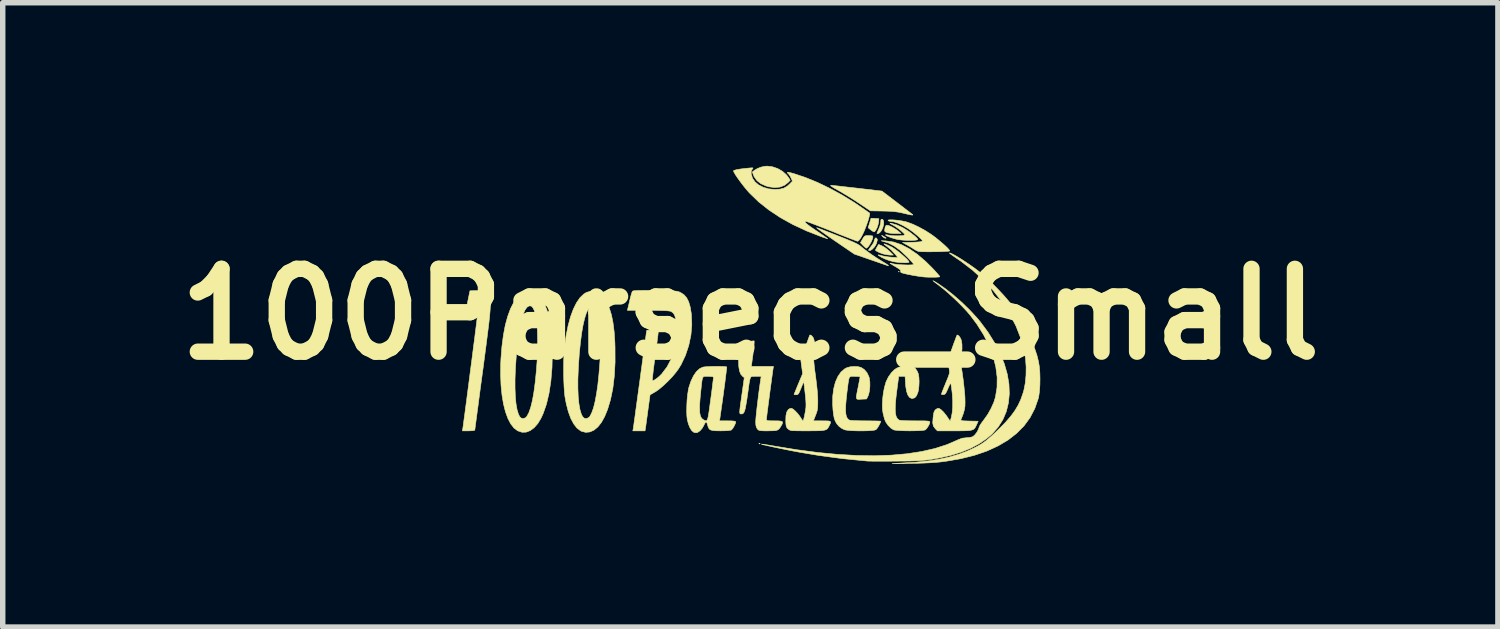
<source format=kicad_pcb>
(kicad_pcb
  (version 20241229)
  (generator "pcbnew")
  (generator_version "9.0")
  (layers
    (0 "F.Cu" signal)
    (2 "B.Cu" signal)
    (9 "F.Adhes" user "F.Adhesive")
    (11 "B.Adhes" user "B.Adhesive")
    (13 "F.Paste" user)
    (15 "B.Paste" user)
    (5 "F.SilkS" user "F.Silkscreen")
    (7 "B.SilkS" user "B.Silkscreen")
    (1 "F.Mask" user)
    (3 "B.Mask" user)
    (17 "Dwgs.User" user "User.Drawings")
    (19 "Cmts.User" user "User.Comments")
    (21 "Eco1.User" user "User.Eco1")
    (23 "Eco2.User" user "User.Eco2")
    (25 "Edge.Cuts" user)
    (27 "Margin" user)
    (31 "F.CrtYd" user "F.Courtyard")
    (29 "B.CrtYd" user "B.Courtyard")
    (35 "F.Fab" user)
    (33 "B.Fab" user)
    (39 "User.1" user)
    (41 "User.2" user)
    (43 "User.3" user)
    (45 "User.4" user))
  (footprint "100Parsecs_Small"
    (layer "F.Cu")
    (at 10.748 2.728)
    (property "Reference" "100Parsecs_Small" (at 0 0 0) (layer "F.SilkS") (effects (font (size 1.524 1.524) (thickness 0.3))))
    (attr through_hole)
    (fp_poly (pts (xy 2.738 -0.783) (xy 2.731 -0.776) (xy 2.723 -0.783) (xy 2.731 -0.79) (xy 2.738 -0.783)) (stroke (width 0.01) (type solid)) (fill yes) (layer "F.SilkS"))
    (fp_poly (pts (xy 0.179 2.375) (xy 0.177 2.384) (xy 0.169 2.385) (xy 0.158 2.38) (xy 0.16 2.375) (xy 0.177 2.374) (xy 0.179 2.375)) (stroke (width 0.01) (type solid)) (fill yes) (layer "F.SilkS"))
    (fp_poly (pts (xy 2.434 -1.442) (xy 2.467 -1.422) (xy 2.484 -1.412) (xy 2.497 -1.4) (xy 2.486 -1.397) (xy 2.482 -1.397) (xy 2.457 -1.407) (xy 2.433 -1.427) (xy 2.415 -1.448) (xy 2.416 -1.451) (xy 2.434 -1.442)) (stroke (width 0.01) (type solid)) (fill yes) (layer "F.SilkS"))
    (fp_poly (pts (xy 2.292 -1.761) (xy 2.364 -1.757) (xy 2.359 -1.693) (xy 2.35 -1.648) (xy 2.334 -1.598) (xy 2.312 -1.554) (xy 2.291 -1.523) (xy 2.279 -1.514) (xy 2.26 -1.52) (xy 2.23 -1.539) (xy 2.216 -1.55) (xy 2.167 -1.59) (xy 2.194 -1.678) (xy 2.22 -1.765) (xy 2.292 -1.761)) (stroke (width 0.01) (type solid)) (fill yes) (layer "F.SilkS"))
    (fp_poly (pts (xy 2.548 -1.629) (xy 2.597 -1.608) (xy 2.65 -1.578) (xy 2.701 -1.544) (xy 2.723 -1.526) (xy 2.773 -1.483) (xy 2.667 -1.483) (xy 2.608 -1.486) (xy 2.554 -1.492) (xy 2.516 -1.5) (xy 2.516 -1.5) (xy 2.485 -1.513) (xy 2.472 -1.526) (xy 2.471 -1.551) (xy 2.477 -1.588) (xy 2.489 -1.623) (xy 2.508 -1.637) (xy 2.514 -1.637) (xy 2.548 -1.629)) (stroke (width 0.01) (type solid)) (fill yes) (layer "F.SilkS"))
    (fp_poly (pts (xy 2.214 -1.444) (xy 2.244 -1.44) (xy 2.251 -1.437) (xy 2.254 -1.415) (xy 2.244 -1.379) (xy 2.225 -1.334) (xy 2.2 -1.288) (xy 2.173 -1.248) (xy 2.148 -1.221) (xy 2.133 -1.214) (xy 2.118 -1.223) (xy 2.091 -1.247) (xy 2.074 -1.264) (xy 2.025 -1.314) (xy 2.063 -1.38) (xy 2.086 -1.418) (xy 2.106 -1.438) (xy 2.132 -1.445) (xy 2.172 -1.446) (xy 2.214 -1.444)) (stroke (width 0.01) (type solid)) (fill yes) (layer "F.SilkS"))
    (fp_poly (pts (xy 2.408 -1.263) (xy 2.467 -1.231) (xy 2.531 -1.183) (xy 2.591 -1.128) (xy 2.595 -1.123) (xy 2.63 -1.087) (xy 2.574 -1.087) (xy 2.527 -1.092) (xy 2.471 -1.102) (xy 2.445 -1.108) (xy 2.398 -1.124) (xy 2.353 -1.143) (xy 2.318 -1.162) (xy 2.301 -1.177) (xy 2.3 -1.179) (xy 2.307 -1.193) (xy 2.323 -1.222) (xy 2.33 -1.234) (xy 2.359 -1.283) (xy 2.408 -1.263)) (stroke (width 0.01) (type solid)) (fill yes) (layer "F.SilkS"))
    (fp_poly (pts (xy 2.444 -1.731) (xy 2.453 -1.695) (xy 2.451 -1.648) (xy 2.438 -1.596) (xy 2.416 -1.546) (xy 2.398 -1.519) (xy 2.374 -1.496) (xy 2.349 -1.482) (xy 2.332 -1.481) (xy 2.328 -1.487) (xy 2.334 -1.502) (xy 2.348 -1.535) (xy 2.363 -1.568) (xy 2.383 -1.62) (xy 2.396 -1.672) (xy 2.399 -1.698) (xy 2.401 -1.733) (xy 2.411 -1.747) (xy 2.424 -1.747) (xy 2.444 -1.731)) (stroke (width 0.01) (type solid)) (fill yes) (layer "F.SilkS"))
    (fp_poly (pts (xy 0.407 -2.711) (xy 0.504 -2.678) (xy 0.592 -2.627) (xy 0.665 -2.562) (xy 0.692 -2.527) (xy 0.734 -2.464) (xy 0.695 -2.423) (xy 0.627 -2.37) (xy 0.543 -2.338) (xy 0.447 -2.329) (xy 0.342 -2.343) (xy 0.286 -2.359) (xy 0.193 -2.401) (xy 0.121 -2.458) (xy 0.071 -2.528) (xy 0.062 -2.549) (xy 0.037 -2.615) (xy 0.078 -2.648) (xy 0.131 -2.679) (xy 0.198 -2.705) (xy 0.269 -2.72) (xy 0.31 -2.723) (xy 0.407 -2.711)) (stroke (width 0.01) (type solid)) (fill yes) (layer "F.SilkS"))
    (fp_poly (pts (xy 2.321 -1.398) (xy 2.335 -1.376) (xy 2.336 -1.364) (xy 2.329 -1.339) (xy 2.322 -1.309) (xy 2.306 -1.272) (xy 2.279 -1.232) (xy 2.245 -1.197) (xy 2.214 -1.175) (xy 2.2 -1.171) (xy 2.178 -1.174) (xy 2.173 -1.178) (xy 2.181 -1.192) (xy 2.201 -1.221) (xy 2.223 -1.25) (xy 2.249 -1.287) (xy 2.267 -1.315) (xy 2.272 -1.327) (xy 2.277 -1.348) (xy 2.286 -1.376) (xy 2.299 -1.401) (xy 2.313 -1.403) (xy 2.321 -1.398)) (stroke (width 0.01) (type solid)) (fill yes) (layer "F.SilkS"))
    (fp_poly (pts (xy 1.504 -2.369) (xy 1.551 -2.364) (xy 1.618 -2.357) (xy 1.702 -2.347) (xy 1.8 -2.336) (xy 1.908 -2.324) (xy 1.969 -2.317) (xy 2.421 -2.264) (xy 2.696 -2.054) (xy 2.772 -1.996) (xy 2.842 -1.942) (xy 2.901 -1.897) (xy 2.947 -1.862) (xy 2.975 -1.839) (xy 2.984 -1.833) (xy 2.989 -1.825) (xy 2.983 -1.823) (xy 2.961 -1.825) (xy 2.92 -1.833) (xy 2.857 -1.847) (xy 2.808 -1.859) (xy 2.739 -1.874) (xy 2.673 -1.884) (xy 2.604 -1.891) (xy 2.521 -1.895) (xy 2.434 -1.897) (xy 2.208 -1.901) (xy 1.997 -2.043) (xy 1.913 -2.098) (xy 1.821 -2.156) (xy 1.73 -2.211) (xy 1.65 -2.259) (xy 1.616 -2.278) (xy 1.544 -2.318) (xy 1.498 -2.347) (xy 1.477 -2.364) (xy 1.481 -2.37) (xy 1.482 -2.37) (xy 1.504 -2.369)) (stroke (width 0.01) (type solid)) (fill yes) (layer "F.SilkS"))
    (fp_poly (pts (xy 2.475 -1.29) (xy 2.512 -1.276) (xy 2.568 -1.251) (xy 2.596 -1.237) (xy 2.634 -1.214) (xy 2.683 -1.18) (xy 2.737 -1.138) (xy 2.792 -1.092) (xy 2.842 -1.048) (xy 2.884 -1.007) (xy 2.911 -0.976) (xy 2.921 -0.958) (xy 2.908 -0.951) (xy 2.874 -0.947) (xy 2.824 -0.947) (xy 2.766 -0.949) (xy 2.705 -0.955) (xy 2.649 -0.963) (xy 2.628 -0.967) (xy 2.554 -0.987) (xy 2.479 -1.015) (xy 2.411 -1.047) (xy 2.364 -1.077) (xy 2.35 -1.089) (xy 2.353 -1.092) (xy 2.377 -1.087) (xy 2.406 -1.078) (xy 2.455 -1.067) (xy 2.519 -1.056) (xy 2.586 -1.049) (xy 2.596 -1.048) (xy 2.715 -1.04) (xy 2.671 -1.095) (xy 2.59 -1.184) (xy 2.499 -1.257) (xy 2.491 -1.263) (xy 2.463 -1.284) (xy 2.458 -1.293) (xy 2.475 -1.29)) (stroke (width 0.01) (type solid)) (fill yes) (layer "F.SilkS"))
    (fp_poly (pts (xy 1.241 -1.584) (xy 1.283 -1.569) (xy 1.345 -1.545) (xy 1.422 -1.515) (xy 1.51 -1.481) (xy 1.606 -1.443) (xy 1.616 -1.439) (xy 1.728 -1.395) (xy 1.817 -1.358) (xy 1.887 -1.329) (xy 1.94 -1.304) (xy 1.98 -1.283) (xy 2.011 -1.264) (xy 2.035 -1.245) (xy 2.046 -1.235) (xy 2.094 -1.196) (xy 2.161 -1.146) (xy 2.241 -1.089) (xy 2.33 -1.03) (xy 2.423 -0.972) (xy 2.452 -0.954) (xy 2.495 -0.928) (xy 2.526 -0.907) (xy 2.54 -0.896) (xy 2.54 -0.895) (xy 2.536 -0.89) (xy 2.523 -0.895) (xy 2.486 -0.907) (xy 2.43 -0.927) (xy 2.359 -0.951) (xy 2.276 -0.98) (xy 2.223 -0.998) (xy 1.912 -1.106) (xy 1.552 -1.352) (xy 1.465 -1.412) (xy 1.387 -1.467) (xy 1.321 -1.514) (xy 1.269 -1.551) (xy 1.235 -1.577) (xy 1.22 -1.59) (xy 1.221 -1.591) (xy 1.241 -1.584)) (stroke (width 0.01) (type solid)) (fill yes) (layer "F.SilkS"))
    (fp_poly (pts (xy 2.596 -1.67) (xy 2.596 -1.67) (xy 2.696 -1.641) (xy 2.804 -1.591) (xy 2.916 -1.521) (xy 3.018 -1.442) (xy 3.056 -1.407) (xy 3.075 -1.386) (xy 3.078 -1.374) (xy 3.067 -1.367) (xy 3.034 -1.361) (xy 2.98 -1.357) (xy 2.914 -1.357) (xy 2.843 -1.36) (xy 2.774 -1.365) (xy 2.716 -1.373) (xy 2.7 -1.376) (xy 2.65 -1.389) (xy 2.597 -1.405) (xy 2.549 -1.423) (xy 2.51 -1.44) (xy 2.488 -1.454) (xy 2.485 -1.46) (xy 2.502 -1.461) (xy 2.535 -1.456) (xy 2.547 -1.453) (xy 2.593 -1.446) (xy 2.653 -1.442) (xy 2.715 -1.441) (xy 2.773 -1.443) (xy 2.816 -1.448) (xy 2.827 -1.452) (xy 2.839 -1.459) (xy 2.836 -1.472) (xy 2.817 -1.494) (xy 2.779 -1.529) (xy 2.779 -1.53) (xy 2.726 -1.572) (xy 2.667 -1.613) (xy 2.625 -1.638) (xy 2.585 -1.659) (xy 2.568 -1.67) (xy 2.572 -1.673) (xy 2.596 -1.67)) (stroke (width 0.01) (type solid)) (fill yes) (layer "F.SilkS"))
    (fp_poly (pts (xy 2.612 -1.735) (xy 2.669 -1.731) (xy 2.732 -1.724) (xy 2.795 -1.714) (xy 2.852 -1.702) (xy 2.886 -1.693) (xy 2.99 -1.654) (xy 3.104 -1.6) (xy 3.221 -1.535) (xy 3.33 -1.465) (xy 3.373 -1.434) (xy 3.443 -1.379) (xy 3.508 -1.325) (xy 3.567 -1.274) (xy 3.615 -1.229) (xy 3.649 -1.193) (xy 3.665 -1.17) (xy 3.666 -1.164) (xy 3.648 -1.159) (xy 3.608 -1.156) (xy 3.55 -1.153) (xy 3.479 -1.15) (xy 3.402 -1.149) (xy 3.322 -1.148) (xy 3.247 -1.148) (xy 3.18 -1.149) (xy 3.127 -1.151) (xy 3.093 -1.155) (xy 3.087 -1.156) (xy 3.048 -1.174) (xy 3.01 -1.196) (xy 2.977 -1.218) (xy 2.93 -1.246) (xy 2.885 -1.272) (xy 2.799 -1.319) (xy 2.955 -1.322) (xy 3.022 -1.324) (xy 3.081 -1.328) (xy 3.126 -1.332) (xy 3.145 -1.337) (xy 3.16 -1.344) (xy 3.164 -1.353) (xy 3.154 -1.368) (xy 3.129 -1.394) (xy 3.088 -1.432) (xy 2.996 -1.509) (xy 2.9 -1.577) (xy 2.804 -1.633) (xy 2.714 -1.676) (xy 2.634 -1.701) (xy 2.58 -1.707) (xy 2.548 -1.713) (xy 2.532 -1.724) (xy 2.538 -1.732) (xy 2.567 -1.735) (xy 2.612 -1.735)) (stroke (width 0.01) (type solid)) (fill yes) (layer "F.SilkS"))
    (fp_poly (pts (xy 2.466 -1.349) (xy 2.491 -1.348) (xy 2.631 -1.328) (xy 2.775 -1.28) (xy 2.921 -1.204) (xy 3.071 -1.101) (xy 3.224 -0.97) (xy 3.335 -0.861) (xy 3.387 -0.806) (xy 3.431 -0.757) (xy 3.464 -0.719) (xy 3.483 -0.696) (xy 3.485 -0.69) (xy 3.472 -0.685) (xy 3.437 -0.682) (xy 3.387 -0.68) (xy 3.327 -0.68) (xy 3.264 -0.681) (xy 3.204 -0.684) (xy 3.175 -0.687) (xy 3.091 -0.698) (xy 2.993 -0.714) (xy 2.896 -0.733) (xy 2.847 -0.744) (xy 2.797 -0.757) (xy 2.771 -0.768) (xy 2.762 -0.779) (xy 2.765 -0.789) (xy 2.767 -0.803) (xy 2.753 -0.819) (xy 2.722 -0.842) (xy 2.673 -0.872) (xy 2.626 -0.9) (xy 2.59 -0.922) (xy 2.57 -0.936) (xy 2.568 -0.938) (xy 2.58 -0.938) (xy 2.609 -0.931) (xy 2.614 -0.929) (xy 2.651 -0.922) (xy 2.703 -0.915) (xy 2.765 -0.91) (xy 2.83 -0.907) (xy 2.893 -0.905) (xy 2.947 -0.906) (xy 2.986 -0.909) (xy 3.005 -0.914) (xy 3.006 -0.916) (xy 2.996 -0.931) (xy 2.97 -0.962) (xy 2.931 -1.005) (xy 2.882 -1.056) (xy 2.861 -1.077) (xy 2.75 -1.179) (xy 2.645 -1.255) (xy 2.544 -1.308) (xy 2.442 -1.34) (xy 2.441 -1.34) (xy 2.414 -1.347) (xy 2.407 -1.35) (xy 2.424 -1.351) (xy 2.466 -1.349)) (stroke (width 0.01) (type solid)) (fill yes) (layer "F.SilkS"))
    (fp_poly (pts (xy -4.89 -0.429) (xy -4.85 -0.416) (xy -4.822 -0.392) (xy -4.802 -0.358) (xy -4.802 -0.356) (xy -4.793 -0.333) (xy -4.786 -0.305) (xy -4.782 -0.272) (xy -4.779 -0.232) (xy -4.779 -0.182) (xy -4.782 -0.121) (xy -4.787 -0.047) (xy -4.795 0.042) (xy -4.806 0.147) (xy -4.821 0.27) (xy -4.839 0.414) (xy -4.86 0.579) (xy -4.885 0.768) (xy -4.913 0.983) (xy -4.923 1.054) (xy -4.946 1.224) (xy -4.968 1.386) (xy -4.988 1.538) (xy -5.006 1.677) (xy -5.023 1.802) (xy -5.037 1.91) (xy -5.049 1.998) (xy -5.058 2.066) (xy -5.064 2.111) (xy -5.066 2.13) (xy -5.066 2.13) (xy -5.079 2.138) (xy -5.118 2.143) (xy -5.177 2.145) (xy -5.18 2.145) (xy -5.294 2.145) (xy -5.286 2.092) (xy -5.281 2.062) (xy -5.274 2.007) (xy -5.264 1.932) (xy -5.251 1.838) (xy -5.237 1.727) (xy -5.22 1.604) (xy -5.203 1.469) (xy -5.184 1.327) (xy -5.165 1.179) (xy -5.146 1.029) (xy -5.126 0.879) (xy -5.107 0.731) (xy -5.089 0.588) (xy -5.071 0.454) (xy -5.056 0.33) (xy -5.042 0.22) (xy -5.03 0.125) (xy -5.02 0.049) (xy -5.013 -0.006) (xy -5.01 -0.036) (xy -5.009 -0.042) (xy -5.012 -0.057) (xy -5.023 -0.065) (xy -5.049 -0.069) (xy -5.095 -0.071) (xy -5.115 -0.071) (xy -5.16 -0.07) (xy -5.191 -0.072) (xy -5.209 -0.08) (xy -5.217 -0.099) (xy -5.216 -0.132) (xy -5.207 -0.184) (xy -5.191 -0.259) (xy -5.188 -0.275) (xy -5.156 -0.43) (xy -5.029 -0.434) (xy -4.948 -0.435) (xy -4.89 -0.429)) (stroke (width 0.01) (type solid)) (fill yes) (layer "F.SilkS"))
    (fp_poly (pts (xy 2.94 0.96) (xy 2.978 0.963) (xy 3.003 0.97) (xy 3.021 0.983) (xy 3.039 1.002) (xy 3.068 1.046) (xy 3.089 1.094) (xy 3.09 1.098) (xy 3.1 1.158) (xy 3.104 1.235) (xy 3.101 1.316) (xy 3.093 1.391) (xy 3.083 1.434) (xy 3.057 1.499) (xy 3.024 1.537) (xy 2.983 1.55) (xy 2.968 1.55) (xy 2.929 1.531) (xy 2.897 1.487) (xy 2.873 1.417) (xy 2.858 1.324) (xy 2.854 1.278) (xy 2.846 1.143) (xy 2.729 1.143) (xy 2.695 1.401) (xy 2.678 1.54) (xy 2.668 1.655) (xy 2.665 1.747) (xy 2.669 1.819) (xy 2.68 1.874) (xy 2.699 1.913) (xy 2.725 1.94) (xy 2.737 1.947) (xy 2.76 1.952) (xy 2.808 1.956) (xy 2.876 1.959) (xy 2.96 1.961) (xy 3.033 1.961) (xy 3.127 1.962) (xy 3.196 1.962) (xy 3.244 1.964) (xy 3.275 1.967) (xy 3.293 1.972) (xy 3.3 1.978) (xy 3.302 1.986) (xy 3.294 2.017) (xy 3.273 2.058) (xy 3.246 2.098) (xy 3.22 2.126) (xy 3.219 2.127) (xy 3.196 2.133) (xy 3.15 2.139) (xy 3.087 2.142) (xy 3.013 2.144) (xy 2.932 2.145) (xy 2.851 2.144) (xy 2.774 2.141) (xy 2.709 2.137) (xy 2.659 2.132) (xy 2.632 2.125) (xy 2.583 2.093) (xy 2.534 2.044) (xy 2.494 1.987) (xy 2.47 1.934) (xy 2.456 1.881) (xy 2.443 1.827) (xy 2.441 1.822) (xy 2.43 1.748) (xy 2.428 1.656) (xy 2.434 1.553) (xy 2.447 1.446) (xy 2.467 1.344) (xy 2.493 1.254) (xy 2.498 1.239) (xy 2.54 1.153) (xy 2.594 1.077) (xy 2.653 1.018) (xy 2.695 0.991) (xy 2.734 0.974) (xy 2.777 0.965) (xy 2.831 0.96) (xy 2.88 0.96) (xy 2.94 0.96)) (stroke (width 0.01) (type solid)) (fill yes) (layer "F.SilkS"))
    (fp_poly (pts (xy -4.023 -0.418) (xy -3.949 -0.393) (xy -3.885 -0.347) (xy -3.862 -0.321) (xy -3.794 -0.21) (xy -3.739 -0.075) (xy -3.696 0.084) (xy -3.665 0.269) (xy -3.647 0.478) (xy -3.641 0.712) (xy -3.647 0.984) (xy -3.668 1.232) (xy -3.702 1.455) (xy -3.749 1.654) (xy -3.81 1.828) (xy -3.847 1.909) (xy -3.907 2.009) (xy -3.975 2.087) (xy -4.047 2.14) (xy -4.122 2.169) (xy -4.198 2.171) (xy -4.274 2.146) (xy -4.277 2.145) (xy -4.345 2.094) (xy -4.406 2.017) (xy -4.458 1.917) (xy -4.503 1.794) (xy -4.539 1.651) (xy -4.566 1.49) (xy -4.579 1.363) (xy -4.327 1.363) (xy -4.321 1.514) (xy -4.309 1.645) (xy -4.29 1.753) (xy -4.265 1.836) (xy -4.241 1.885) (xy -4.208 1.914) (xy -4.168 1.919) (xy -4.129 1.901) (xy -4.11 1.88) (xy -4.072 1.81) (xy -4.038 1.712) (xy -4.007 1.587) (xy -3.98 1.435) (xy -3.956 1.255) (xy -3.935 1.047) (xy -3.922 0.875) (xy -3.916 0.764) (xy -3.913 0.645) (xy -3.912 0.522) (xy -3.913 0.401) (xy -3.916 0.287) (xy -3.922 0.186) (xy -3.929 0.103) (xy -3.937 0.05) (xy -3.954 -0.018) (xy -3.977 -0.078) (xy -4.002 -0.124) (xy -4.027 -0.149) (xy -4.03 -0.151) (xy -4.07 -0.152) (xy -4.108 -0.127) (xy -4.144 -0.075) (xy -4.177 0.003) (xy -4.208 0.105) (xy -4.236 0.232) (xy -4.261 0.381) (xy -4.283 0.552) (xy -4.302 0.744) (xy -4.317 0.957) (xy -4.32 1.006) (xy -4.327 1.193) (xy -4.327 1.363) (xy -4.579 1.363) (xy -4.584 1.312) (xy -4.592 1.118) (xy -4.59 0.912) (xy -4.586 0.822) (xy -4.568 0.595) (xy -4.541 0.388) (xy -4.506 0.202) (xy -4.461 0.038) (xy -4.409 -0.103) (xy -4.349 -0.22) (xy -4.281 -0.312) (xy -4.205 -0.378) (xy -4.174 -0.396) (xy -4.1 -0.42) (xy -4.023 -0.418)) (stroke (width 0.01) (type solid)) (fill yes) (layer "F.SilkS"))
    (fp_poly (pts (xy 1.978 0.964) (xy 2.036 0.979) (xy 2.095 1.017) (xy 2.146 1.076) (xy 2.18 1.148) (xy 2.187 1.171) (xy 2.198 1.243) (xy 2.199 1.324) (xy 2.192 1.405) (xy 2.176 1.474) (xy 2.165 1.504) (xy 2.138 1.559) (xy 2.043 1.563) (xy 2.004 1.565) (xy 1.976 1.565) (xy 1.959 1.558) (xy 1.951 1.541) (xy 1.951 1.51) (xy 1.959 1.461) (xy 1.973 1.39) (xy 1.983 1.341) (xy 1.996 1.273) (xy 2.007 1.216) (xy 2.015 1.174) (xy 2.018 1.154) (xy 2.018 1.154) (xy 2.005 1.148) (xy 1.971 1.145) (xy 1.923 1.143) (xy 1.919 1.143) (xy 1.884 1.142) (xy 1.858 1.143) (xy 1.839 1.147) (xy 1.825 1.16) (xy 1.814 1.184) (xy 1.806 1.223) (xy 1.797 1.28) (xy 1.788 1.359) (xy 1.778 1.432) (xy 1.763 1.569) (xy 1.754 1.68) (xy 1.752 1.769) (xy 1.757 1.838) (xy 1.77 1.889) (xy 1.791 1.924) (xy 1.818 1.946) (xy 1.843 1.952) (xy 1.894 1.956) (xy 1.967 1.959) (xy 2.061 1.961) (xy 2.123 1.961) (xy 2.208 1.962) (xy 2.282 1.963) (xy 2.341 1.964) (xy 2.382 1.966) (xy 2.399 1.968) (xy 2.399 1.969) (xy 2.391 1.994) (xy 2.373 2.032) (xy 2.349 2.074) (xy 2.325 2.108) (xy 2.309 2.124) (xy 2.283 2.132) (xy 2.235 2.139) (xy 2.169 2.143) (xy 2.093 2.145) (xy 2.011 2.146) (xy 1.929 2.144) (xy 1.854 2.141) (xy 1.79 2.135) (xy 1.744 2.128) (xy 1.731 2.124) (xy 1.682 2.1) (xy 1.638 2.068) (xy 1.634 2.065) (xy 1.595 2.022) (xy 1.566 1.975) (xy 1.544 1.917) (xy 1.53 1.845) (xy 1.52 1.754) (xy 1.514 1.653) (xy 1.516 1.504) (xy 1.534 1.368) (xy 1.565 1.248) (xy 1.611 1.145) (xy 1.668 1.063) (xy 1.737 1.004) (xy 1.771 0.986) (xy 1.832 0.968) (xy 1.905 0.961) (xy 1.978 0.964)) (stroke (width 0.01) (type solid)) (fill yes) (layer "F.SilkS"))
    (fp_poly (pts (xy -2.863 -0.417) (xy -2.789 -0.39) (xy -2.725 -0.344) (xy -2.7 -0.315) (xy -2.642 -0.221) (xy -2.593 -0.113) (xy -2.554 0.012) (xy -2.525 0.156) (xy -2.504 0.322) (xy -2.491 0.511) (xy -2.488 0.614) (xy -2.487 0.887) (xy -2.501 1.137) (xy -2.528 1.363) (xy -2.57 1.568) (xy -2.625 1.752) (xy -2.68 1.885) (xy -2.739 1.991) (xy -2.804 2.073) (xy -2.875 2.132) (xy -2.949 2.165) (xy -3.026 2.173) (xy -3.102 2.154) (xy -3.12 2.145) (xy -3.187 2.095) (xy -3.247 2.018) (xy -3.301 1.917) (xy -3.347 1.792) (xy -3.385 1.645) (xy -3.409 1.516) (xy -3.418 1.435) (xy -3.423 1.363) (xy -3.171 1.363) (xy -3.165 1.515) (xy -3.152 1.646) (xy -3.133 1.754) (xy -3.108 1.838) (xy -3.084 1.885) (xy -3.051 1.914) (xy -3.011 1.919) (xy -2.971 1.901) (xy -2.951 1.88) (xy -2.917 1.815) (xy -2.884 1.724) (xy -2.855 1.607) (xy -2.828 1.464) (xy -2.804 1.298) (xy -2.784 1.108) (xy -2.767 0.897) (xy -2.765 0.861) (xy -2.759 0.742) (xy -2.755 0.616) (xy -2.755 0.488) (xy -2.757 0.365) (xy -2.761 0.252) (xy -2.767 0.153) (xy -2.776 0.075) (xy -2.78 0.05) (xy -2.801 -0.031) (xy -2.829 -0.093) (xy -2.861 -0.135) (xy -2.896 -0.154) (xy -2.932 -0.148) (xy -2.943 -0.14) (xy -2.98 -0.095) (xy -3.015 -0.022) (xy -3.047 0.077) (xy -3.076 0.201) (xy -3.102 0.349) (xy -3.124 0.521) (xy -3.144 0.714) (xy -3.159 0.929) (xy -3.163 1.003) (xy -3.171 1.192) (xy -3.171 1.363) (xy -3.423 1.363) (xy -3.425 1.333) (xy -3.43 1.215) (xy -3.433 1.089) (xy -3.433 0.96) (xy -3.431 0.834) (xy -3.426 0.719) (xy -3.419 0.621) (xy -3.416 0.593) (xy -3.387 0.391) (xy -3.35 0.208) (xy -3.306 0.046) (xy -3.254 -0.094) (xy -3.196 -0.211) (xy -3.132 -0.304) (xy -3.062 -0.371) (xy -3.013 -0.401) (xy -2.94 -0.421) (xy -2.863 -0.417)) (stroke (width 0.01) (type solid)) (fill yes) (layer "F.SilkS"))
    (fp_poly (pts (xy 3.679 -1.124) (xy 3.715 -1.108) (xy 3.767 -1.08) (xy 3.831 -1.042) (xy 3.903 -0.997) (xy 3.98 -0.946) (xy 4.059 -0.892) (xy 4.135 -0.838) (xy 4.205 -0.785) (xy 4.262 -0.74) (xy 4.328 -0.682) (xy 4.405 -0.61) (xy 4.487 -0.528) (xy 4.571 -0.441) (xy 4.65 -0.357) (xy 4.719 -0.278) (xy 4.774 -0.212) (xy 4.785 -0.198) (xy 4.949 0.04) (xy 5.085 0.279) (xy 5.192 0.519) (xy 5.272 0.76) (xy 5.3 0.875) (xy 5.315 0.965) (xy 5.324 1.071) (xy 5.327 1.186) (xy 5.325 1.302) (xy 5.318 1.412) (xy 5.305 1.506) (xy 5.294 1.555) (xy 5.231 1.735) (xy 5.144 1.902) (xy 5.033 2.054) (xy 4.897 2.191) (xy 4.739 2.314) (xy 4.556 2.422) (xy 4.351 2.516) (xy 4.123 2.594) (xy 3.872 2.657) (xy 3.599 2.704) (xy 3.499 2.717) (xy 3.416 2.725) (xy 3.31 2.732) (xy 3.186 2.738) (xy 3.05 2.742) (xy 2.914 2.744) (xy 2.8 2.746) (xy 2.713 2.747) (xy 2.653 2.747) (xy 2.618 2.747) (xy 2.608 2.747) (xy 2.62 2.745) (xy 2.656 2.743) (xy 2.713 2.741) (xy 2.787 2.737) (xy 3.036 2.722) (xy 3.261 2.699) (xy 3.466 2.668) (xy 3.653 2.628) (xy 3.825 2.578) (xy 3.987 2.518) (xy 4.114 2.46) (xy 4.189 2.421) (xy 4.257 2.381) (xy 4.323 2.335) (xy 4.391 2.279) (xy 4.467 2.211) (xy 4.557 2.126) (xy 4.573 2.11) (xy 4.69 1.991) (xy 4.786 1.881) (xy 4.863 1.777) (xy 4.925 1.674) (xy 4.975 1.566) (xy 5.016 1.449) (xy 5.033 1.388) (xy 5.057 1.263) (xy 5.07 1.122) (xy 5.072 0.973) (xy 5.062 0.825) (xy 5.041 0.687) (xy 5.04 0.682) (xy 4.976 0.449) (xy 4.886 0.219) (xy 4.77 -0.006) (xy 4.631 -0.223) (xy 4.47 -0.431) (xy 4.288 -0.627) (xy 4.087 -0.81) (xy 3.869 -0.977) (xy 3.785 -1.034) (xy 3.734 -1.069) (xy 3.693 -1.098) (xy 3.667 -1.118) (xy 3.661 -1.126) (xy 3.679 -1.124)) (stroke (width 0.01) (type solid)) (fill yes) (layer "F.SilkS"))
    (fp_poly (pts (xy 0.044 -2.691) (xy 0.05 -2.686) (xy 0.041 -2.673) (xy 0.036 -2.667) (xy 0.019 -2.639) (xy 0.016 -2.599) (xy 0.017 -2.577) (xy 0.04 -2.501) (xy 0.086 -2.434) (xy 0.153 -2.377) (xy 0.238 -2.334) (xy 0.337 -2.305) (xy 0.448 -2.294) (xy 0.459 -2.294) (xy 0.547 -2.3) (xy 0.619 -2.319) (xy 0.681 -2.356) (xy 0.73 -2.401) (xy 0.775 -2.448) (xy 0.749 -2.505) (xy 0.728 -2.545) (xy 0.706 -2.575) (xy 0.701 -2.581) (xy 0.681 -2.6) (xy 0.682 -2.61) (xy 0.706 -2.609) (xy 0.754 -2.598) (xy 0.808 -2.583) (xy 1.016 -2.513) (xy 1.236 -2.423) (xy 1.461 -2.315) (xy 1.686 -2.192) (xy 1.907 -2.057) (xy 2.045 -1.963) (xy 2.099 -1.925) (xy 2.145 -1.893) (xy 2.178 -1.87) (xy 2.192 -1.861) (xy 2.195 -1.843) (xy 2.188 -1.804) (xy 2.173 -1.748) (xy 2.167 -1.726) (xy 2.134 -1.631) (xy 2.1 -1.543) (xy 2.065 -1.466) (xy 2.032 -1.405) (xy 2.002 -1.363) (xy 1.978 -1.343) (xy 1.971 -1.342) (xy 1.954 -1.347) (xy 1.915 -1.362) (xy 1.855 -1.385) (xy 1.779 -1.415) (xy 1.689 -1.45) (xy 1.588 -1.49) (xy 1.503 -1.525) (xy 1.396 -1.567) (xy 1.296 -1.606) (xy 1.207 -1.641) (xy 1.133 -1.669) (xy 1.075 -1.691) (xy 1.038 -1.703) (xy 1.025 -1.707) (xy 1.008 -1.704) (xy 1.006 -1.694) (xy 1.022 -1.675) (xy 1.058 -1.645) (xy 1.113 -1.604) (xy 1.191 -1.55) (xy 1.214 -1.535) (xy 1.28 -1.489) (xy 1.338 -1.449) (xy 1.384 -1.417) (xy 1.414 -1.396) (xy 1.424 -1.389) (xy 1.415 -1.39) (xy 1.385 -1.399) (xy 1.339 -1.414) (xy 1.305 -1.426) (xy 1.036 -1.531) (xy 0.784 -1.648) (xy 0.552 -1.777) (xy 0.341 -1.917) (xy 0.153 -2.066) (xy -0.01 -2.224) (xy -0.049 -2.267) (xy -0.096 -2.323) (xy -0.145 -2.385) (xy -0.193 -2.449) (xy -0.237 -2.51) (xy -0.273 -2.564) (xy -0.298 -2.607) (xy -0.31 -2.633) (xy -0.31 -2.636) (xy -0.297 -2.645) (xy -0.259 -2.656) (xy -0.201 -2.667) (xy -0.127 -2.677) (xy -0.04 -2.686) (xy -0.03 -2.687) (xy 0.019 -2.691) (xy 0.044 -2.691)) (stroke (width 0.01) (type solid)) (fill yes) (layer "F.SilkS"))
    (fp_poly (pts (xy 1.132 0.4) (xy 1.155 0.429) (xy 1.163 0.444) (xy 1.175 0.486) (xy 1.182 0.547) (xy 1.185 0.618) (xy 1.183 0.691) (xy 1.176 0.756) (xy 1.171 0.783) (xy 1.167 0.811) (xy 1.167 0.849) (xy 1.171 0.902) (xy 1.178 0.974) (xy 1.19 1.068) (xy 1.2 1.139) (xy 1.219 1.292) (xy 1.233 1.427) (xy 1.24 1.541) (xy 1.241 1.597) (xy 1.24 1.671) (xy 1.237 1.727) (xy 1.23 1.771) (xy 1.217 1.815) (xy 1.2 1.859) (xy 1.16 1.961) (xy 1.322 1.961) (xy 1.395 1.962) (xy 1.443 1.964) (xy 1.469 1.971) (xy 1.477 1.987) (xy 1.47 2.012) (xy 1.451 2.051) (xy 1.445 2.063) (xy 1.431 2.088) (xy 1.415 2.108) (xy 1.395 2.122) (xy 1.366 2.132) (xy 1.324 2.139) (xy 1.266 2.143) (xy 1.189 2.144) (xy 1.088 2.145) (xy 1.049 2.145) (xy 0.947 2.145) (xy 0.87 2.144) (xy 0.813 2.143) (xy 0.772 2.141) (xy 0.744 2.137) (xy 0.725 2.131) (xy 0.711 2.123) (xy 0.697 2.112) (xy 0.696 2.111) (xy 0.676 2.092) (xy 0.664 2.071) (xy 0.657 2.041) (xy 0.653 1.995) (xy 0.652 1.959) (xy 0.655 1.866) (xy 0.671 1.797) (xy 0.7 1.752) (xy 0.731 1.734) (xy 0.755 1.731) (xy 0.781 1.742) (xy 0.817 1.771) (xy 0.819 1.773) (xy 0.861 1.816) (xy 0.903 1.868) (xy 0.92 1.893) (xy 0.944 1.93) (xy 0.962 1.955) (xy 0.968 1.961) (xy 0.976 1.949) (xy 0.986 1.914) (xy 0.997 1.865) (xy 1.008 1.808) (xy 1.017 1.757) (xy 1.023 1.707) (xy 1.024 1.653) (xy 1.021 1.59) (xy 1.014 1.509) (xy 1.007 1.447) (xy 0.983 1.237) (xy 0.933 1.359) (xy 0.909 1.417) (xy 0.892 1.453) (xy 0.877 1.472) (xy 0.861 1.48) (xy 0.844 1.482) (xy 0.815 1.48) (xy 0.804 1.476) (xy 0.809 1.462) (xy 0.824 1.427) (xy 0.845 1.375) (xy 0.871 1.311) (xy 0.883 1.282) (xy 0.962 1.094) (xy 0.928 0.84) (xy 1.009 0.614) (xy 1.036 0.539) (xy 1.06 0.475) (xy 1.078 0.425) (xy 1.09 0.393) (xy 1.094 0.384) (xy 1.109 0.383) (xy 1.132 0.4)) (stroke (width 0.01) (type solid)) (fill yes) (layer "F.SilkS"))
    (fp_poly (pts (xy 0.07 0.538) (xy 0.068 0.57) (xy 0.063 0.623) (xy 0.055 0.689) (xy 0.046 0.763) (xy 0.044 0.773) (xy 0.019 0.96) (xy 0.426 0.96) (xy 0.417 1.012) (xy 0.412 1.049) (xy 0.404 1.106) (xy 0.394 1.18) (xy 0.382 1.267) (xy 0.369 1.363) (xy 0.356 1.462) (xy 0.343 1.562) (xy 0.33 1.658) (xy 0.319 1.747) (xy 0.309 1.823) (xy 0.302 1.882) (xy 0.298 1.922) (xy 0.296 1.936) (xy 0.299 1.947) (xy 0.31 1.955) (xy 0.334 1.959) (xy 0.377 1.961) (xy 0.442 1.961) (xy 0.445 1.961) (xy 0.517 1.962) (xy 0.564 1.967) (xy 0.589 1.977) (xy 0.594 1.996) (xy 0.583 2.025) (xy 0.563 2.06) (xy 0.541 2.094) (xy 0.52 2.118) (xy 0.493 2.133) (xy 0.455 2.141) (xy 0.4 2.144) (xy 0.323 2.145) (xy 0.323 2.145) (xy 0.252 2.145) (xy 0.204 2.143) (xy 0.173 2.139) (xy 0.153 2.132) (xy 0.139 2.121) (xy 0.128 2.108) (xy 0.111 2.078) (xy 0.102 2.04) (xy 0.099 1.985) (xy 0.099 1.977) (xy 0.101 1.94) (xy 0.106 1.88) (xy 0.114 1.801) (xy 0.124 1.71) (xy 0.136 1.611) (xy 0.148 1.508) (xy 0.161 1.408) (xy 0.174 1.314) (xy 0.186 1.232) (xy 0.191 1.196) (xy 0.2 1.143) (xy 0.102 1.143) (xy 0.068 1.142) (xy 0.043 1.142) (xy 0.024 1.146) (xy 0.009 1.157) (xy -0.002 1.179) (xy -0.011 1.214) (xy -0.021 1.266) (xy -0.031 1.338) (xy -0.044 1.433) (xy -0.05 1.475) (xy -0.066 1.586) (xy -0.081 1.672) (xy -0.093 1.736) (xy -0.106 1.781) (xy -0.12 1.811) (xy -0.135 1.827) (xy -0.152 1.834) (xy -0.162 1.834) (xy -0.175 1.834) (xy -0.185 1.832) (xy -0.192 1.824) (xy -0.195 1.807) (xy -0.194 1.779) (xy -0.19 1.736) (xy -0.183 1.674) (xy -0.171 1.591) (xy -0.156 1.484) (xy -0.154 1.471) (xy -0.111 1.166) (xy -0.14 1.144) (xy -0.175 1.104) (xy -0.199 1.045) (xy -0.212 0.964) (xy -0.216 0.868) (xy -0.215 0.795) (xy -0.211 0.741) (xy -0.201 0.698) (xy -0.186 0.656) (xy -0.185 0.654) (xy -0.145 0.581) (xy -0.099 0.532) (xy -0.042 0.505) (xy -0.001 0.497) (xy 0.071 0.49) (xy 0.07 0.538)) (stroke (width 0.01) (type solid)) (fill yes) (layer "F.SilkS"))
    (fp_poly (pts (xy 3.818 0.385) (xy 3.84 0.405) (xy 3.862 0.436) (xy 3.878 0.472) (xy 3.88 0.478) (xy 3.892 0.55) (xy 3.893 0.639) (xy 3.884 0.736) (xy 3.879 0.767) (xy 3.874 0.803) (xy 3.872 0.839) (xy 3.873 0.881) (xy 3.878 0.935) (xy 3.886 1.005) (xy 3.9 1.098) (xy 3.901 1.108) (xy 3.915 1.206) (xy 3.927 1.31) (xy 3.937 1.41) (xy 3.945 1.498) (xy 3.947 1.538) (xy 3.949 1.625) (xy 3.947 1.694) (xy 3.937 1.755) (xy 3.92 1.819) (xy 3.892 1.893) (xy 3.874 1.936) (xy 3.872 1.947) (xy 3.879 1.954) (xy 3.9 1.959) (xy 3.939 1.962) (xy 4.001 1.964) (xy 4.027 1.965) (xy 4.19 1.968) (xy 4.164 2.026) (xy 4.147 2.063) (xy 4.131 2.091) (xy 4.112 2.112) (xy 4.086 2.126) (xy 4.05 2.136) (xy 4 2.141) (xy 3.932 2.144) (xy 3.842 2.145) (xy 3.757 2.145) (xy 3.441 2.145) (xy 3.4 2.104) (xy 3.366 2.057) (xy 3.355 2.002) (xy 3.355 1.99) (xy 3.361 1.905) (xy 3.368 1.844) (xy 3.378 1.801) (xy 3.392 1.772) (xy 3.408 1.754) (xy 3.442 1.733) (xy 3.468 1.731) (xy 3.508 1.756) (xy 3.555 1.802) (xy 3.606 1.865) (xy 3.623 1.891) (xy 3.675 1.968) (xy 3.694 1.905) (xy 3.711 1.822) (xy 3.721 1.719) (xy 3.722 1.602) (xy 3.715 1.476) (xy 3.711 1.439) (xy 3.703 1.374) (xy 3.696 1.32) (xy 3.689 1.284) (xy 3.684 1.27) (xy 3.684 1.27) (xy 3.674 1.282) (xy 3.658 1.314) (xy 3.637 1.36) (xy 3.632 1.372) (xy 3.609 1.425) (xy 3.591 1.457) (xy 3.573 1.473) (xy 3.552 1.479) (xy 3.552 1.479) (xy 3.524 1.478) (xy 3.514 1.471) (xy 3.519 1.454) (xy 3.533 1.417) (xy 3.554 1.363) (xy 3.581 1.298) (xy 3.592 1.269) (xy 3.623 1.195) (xy 3.644 1.141) (xy 3.657 1.102) (xy 3.663 1.073) (xy 3.663 1.047) (xy 3.659 1.019) (xy 3.656 1.003) (xy 3.646 0.948) (xy 3.643 0.898) (xy 3.646 0.849) (xy 3.657 0.794) (xy 3.676 0.727) (xy 3.705 0.642) (xy 3.718 0.606) (xy 3.744 0.533) (xy 3.768 0.47) (xy 3.786 0.421) (xy 3.799 0.391) (xy 3.802 0.384) (xy 3.818 0.385)) (stroke (width 0.01) (type solid)) (fill yes) (layer "F.SilkS"))
    (fp_poly (pts (xy 3.369 -0.612) (xy 3.398 -0.596) (xy 3.438 -0.572) (xy 3.44 -0.571) (xy 3.586 -0.47) (xy 3.738 -0.35) (xy 3.89 -0.217) (xy 4.034 -0.077) (xy 4.165 0.064) (xy 4.224 0.134) (xy 4.37 0.33) (xy 4.493 0.527) (xy 4.594 0.721) (xy 4.671 0.913) (xy 4.725 1.101) (xy 4.756 1.284) (xy 4.763 1.461) (xy 4.747 1.629) (xy 4.708 1.789) (xy 4.645 1.938) (xy 4.558 2.075) (xy 4.448 2.2) (xy 4.345 2.288) (xy 4.204 2.384) (xy 4.05 2.466) (xy 3.881 2.535) (xy 3.692 2.594) (xy 3.482 2.642) (xy 3.323 2.67) (xy 3.265 2.678) (xy 3.207 2.685) (xy 3.145 2.69) (xy 3.074 2.695) (xy 2.991 2.698) (xy 2.891 2.7) (xy 2.77 2.701) (xy 2.674 2.702) (xy 2.559 2.703) (xy 2.45 2.703) (xy 2.352 2.703) (xy 2.268 2.703) (xy 2.202 2.702) (xy 2.159 2.701) (xy 2.145 2.7) (xy 1.698 2.656) (xy 1.274 2.6) (xy 0.91 2.539) (xy 0.818 2.522) (xy 0.72 2.503) (xy 0.621 2.483) (xy 0.524 2.463) (xy 0.433 2.444) (xy 0.352 2.426) (xy 0.285 2.411) (xy 0.236 2.4) (xy 0.208 2.392) (xy 0.203 2.389) (xy 0.218 2.39) (xy 0.256 2.395) (xy 0.312 2.403) (xy 0.383 2.415) (xy 0.446 2.426) (xy 0.852 2.492) (xy 1.239 2.543) (xy 1.608 2.578) (xy 1.958 2.598) (xy 2.287 2.603) (xy 2.597 2.592) (xy 2.885 2.566) (xy 3.152 2.525) (xy 3.397 2.469) (xy 3.62 2.397) (xy 3.819 2.31) (xy 3.821 2.309) (xy 3.894 2.281) (xy 3.97 2.272) (xy 3.973 2.272) (xy 4.025 2.268) (xy 4.073 2.258) (xy 4.092 2.251) (xy 4.127 2.222) (xy 4.163 2.176) (xy 4.193 2.122) (xy 4.21 2.074) (xy 4.222 2.047) (xy 4.248 2.006) (xy 4.283 1.958) (xy 4.297 1.94) (xy 4.367 1.841) (xy 4.429 1.73) (xy 4.479 1.618) (xy 4.508 1.524) (xy 4.537 1.345) (xy 4.539 1.159) (xy 4.514 0.968) (xy 4.465 0.774) (xy 4.39 0.577) (xy 4.29 0.379) (xy 4.166 0.182) (xy 4.04 0.014) (xy 3.975 -0.061) (xy 3.893 -0.148) (xy 3.801 -0.24) (xy 3.705 -0.33) (xy 3.611 -0.415) (xy 3.525 -0.486) (xy 3.489 -0.514) (xy 3.438 -0.553) (xy 3.396 -0.585) (xy 3.368 -0.608) (xy 3.358 -0.617) (xy 3.369 -0.612)) (stroke (width 0.01) (type solid)) (fill yes) (layer "F.SilkS"))
    (fp_poly (pts (xy -0.533 0.961) (xy -0.48 0.963) (xy -0.445 0.966) (xy -0.434 0.97) (xy -0.434 0.986) (xy -0.439 1.026) (xy -0.446 1.086) (xy -0.456 1.164) (xy -0.467 1.255) (xy -0.481 1.357) (xy -0.495 1.464) (xy -0.51 1.574) (xy -0.526 1.683) (xy -0.541 1.788) (xy -0.555 1.885) (xy -0.557 1.901) (xy -0.566 1.961) (xy -0.417 1.961) (xy -0.346 1.962) (xy -0.299 1.966) (xy -0.275 1.971) (xy -0.268 1.979) (xy -0.276 2.013) (xy -0.296 2.055) (xy -0.32 2.096) (xy -0.344 2.125) (xy -0.351 2.13) (xy -0.376 2.136) (xy -0.423 2.141) (xy -0.484 2.144) (xy -0.547 2.145) (xy -0.629 2.144) (xy -0.688 2.139) (xy -0.728 2.129) (xy -0.754 2.112) (xy -0.771 2.085) (xy -0.783 2.047) (xy -0.783 2.045) (xy -0.795 2.007) (xy -0.808 1.984) (xy -0.812 1.98) (xy -0.825 1.989) (xy -0.842 2.017) (xy -0.851 2.037) (xy -0.883 2.095) (xy -0.925 2.144) (xy -0.97 2.174) (xy -0.981 2.178) (xy -1.014 2.179) (xy -1.044 2.169) (xy -1.078 2.14) (xy -1.11 2.088) (xy -1.138 2.02) (xy -1.158 1.943) (xy -1.159 1.94) (xy -1.167 1.871) (xy -1.17 1.782) (xy -1.169 1.751) (xy -0.933 1.751) (xy -0.929 1.819) (xy -0.918 1.87) (xy -0.9 1.907) (xy -0.876 1.932) (xy -0.863 1.94) (xy -0.841 1.952) (xy -0.822 1.959) (xy -0.808 1.959) (xy -0.796 1.948) (xy -0.785 1.925) (xy -0.775 1.886) (xy -0.765 1.829) (xy -0.753 1.75) (xy -0.74 1.649) (xy -0.729 1.57) (xy -0.715 1.467) (xy -0.703 1.374) (xy -0.693 1.292) (xy -0.685 1.227) (xy -0.679 1.183) (xy -0.677 1.161) (xy -0.677 1.161) (xy -0.688 1.15) (xy -0.722 1.145) (xy -0.776 1.143) (xy -0.812 1.142) (xy -0.839 1.143) (xy -0.858 1.148) (xy -0.872 1.162) (xy -0.882 1.188) (xy -0.89 1.229) (xy -0.897 1.289) (xy -0.906 1.372) (xy -0.911 1.418) (xy -0.924 1.553) (xy -0.932 1.663) (xy -0.933 1.751) (xy -1.169 1.751) (xy -1.168 1.682) (xy -1.163 1.578) (xy -1.153 1.48) (xy -1.14 1.394) (xy -1.131 1.35) (xy -1.093 1.235) (xy -1.046 1.136) (xy -0.993 1.058) (xy -0.934 1.003) (xy -0.875 0.974) (xy -0.844 0.969) (xy -0.795 0.965) (xy -0.733 0.962) (xy -0.665 0.96) (xy -0.596 0.96) (xy -0.533 0.961)) (stroke (width 0.01) (type solid)) (fill yes) (layer "F.SilkS"))
    (fp_poly (pts (xy -1.896 -0.437) (xy -1.781 -0.436) (xy -1.75 -0.435) (xy -1.633 -0.434) (xy -1.54 -0.432) (xy -1.468 -0.43) (xy -1.414 -0.428) (xy -1.373 -0.424) (xy -1.343 -0.42) (xy -1.319 -0.414) (xy -1.299 -0.406) (xy -1.28 -0.397) (xy -1.219 -0.357) (xy -1.171 -0.302) (xy -1.134 -0.229) (xy -1.106 -0.134) (xy -1.086 -0.015) (xy -1.084 0.003) (xy -1.076 0.191) (xy -1.092 0.383) (xy -1.132 0.574) (xy -1.193 0.758) (xy -1.275 0.93) (xy -1.321 1.005) (xy -1.373 1.076) (xy -1.439 1.154) (xy -1.514 1.232) (xy -1.593 1.307) (xy -1.668 1.371) (xy -1.735 1.42) (xy -1.751 1.429) (xy -1.844 1.483) (xy -1.883 1.768) (xy -1.895 1.858) (xy -1.906 1.94) (xy -1.916 2.011) (xy -1.923 2.065) (xy -1.928 2.097) (xy -1.929 2.099) (xy -1.936 2.145) (xy -2.161 2.145) (xy -2.153 2.106) (xy -2.15 2.085) (xy -2.143 2.039) (xy -2.134 1.97) (xy -2.121 1.881) (xy -2.107 1.774) (xy -2.09 1.652) (xy -2.072 1.518) (xy -2.052 1.373) (xy -2.032 1.228) (xy -2.012 1.076) (xy -1.992 0.931) (xy -1.974 0.796) (xy -1.957 0.674) (xy -1.943 0.567) (xy -1.931 0.478) (xy -1.921 0.409) (xy -1.915 0.362) (xy -1.912 0.342) (xy -1.904 0.296) (xy -1.799 0.296) (xy -1.745 0.297) (xy -1.713 0.3) (xy -1.698 0.307) (xy -1.694 0.319) (xy -1.693 0.327) (xy -1.695 0.349) (xy -1.7 0.395) (xy -1.709 0.461) (xy -1.719 0.544) (xy -1.732 0.64) (xy -1.746 0.745) (xy -1.752 0.786) (xy -1.766 0.893) (xy -1.779 0.991) (xy -1.789 1.075) (xy -1.796 1.144) (xy -1.801 1.193) (xy -1.802 1.22) (xy -1.801 1.223) (xy -1.785 1.221) (xy -1.754 1.204) (xy -1.714 1.176) (xy -1.672 1.141) (xy -1.634 1.103) (xy -1.629 1.098) (xy -1.53 0.967) (xy -1.453 0.82) (xy -1.398 0.657) (xy -1.366 0.479) (xy -1.357 0.288) (xy -1.358 0.254) (xy -1.364 0.151) (xy -1.375 0.072) (xy -1.394 0.015) (xy -1.42 -0.024) (xy -1.455 -0.049) (xy -1.469 -0.055) (xy -1.5 -0.06) (xy -1.557 -0.065) (xy -1.638 -0.068) (xy -1.743 -0.07) (xy -1.869 -0.071) (xy -1.888 -0.071) (xy -2.261 -0.071) (xy -2.253 -0.102) (xy -2.246 -0.13) (xy -2.235 -0.176) (xy -2.221 -0.235) (xy -2.214 -0.268) (xy -2.199 -0.328) (xy -2.185 -0.378) (xy -2.173 -0.412) (xy -2.168 -0.421) (xy -2.159 -0.427) (xy -2.139 -0.431) (xy -2.105 -0.434) (xy -2.056 -0.436) (xy -1.987 -0.437) (xy -1.896 -0.437)) (stroke (width 0.01) (type solid)) (fill yes) (layer "F.SilkS")))
  (gr_rect
    (start -3 -3)
    (end 24.496 8.481)
    (stroke (width 0.1) (type default))
    (fill no)
    (layer "Edge.Cuts")))
</source>
